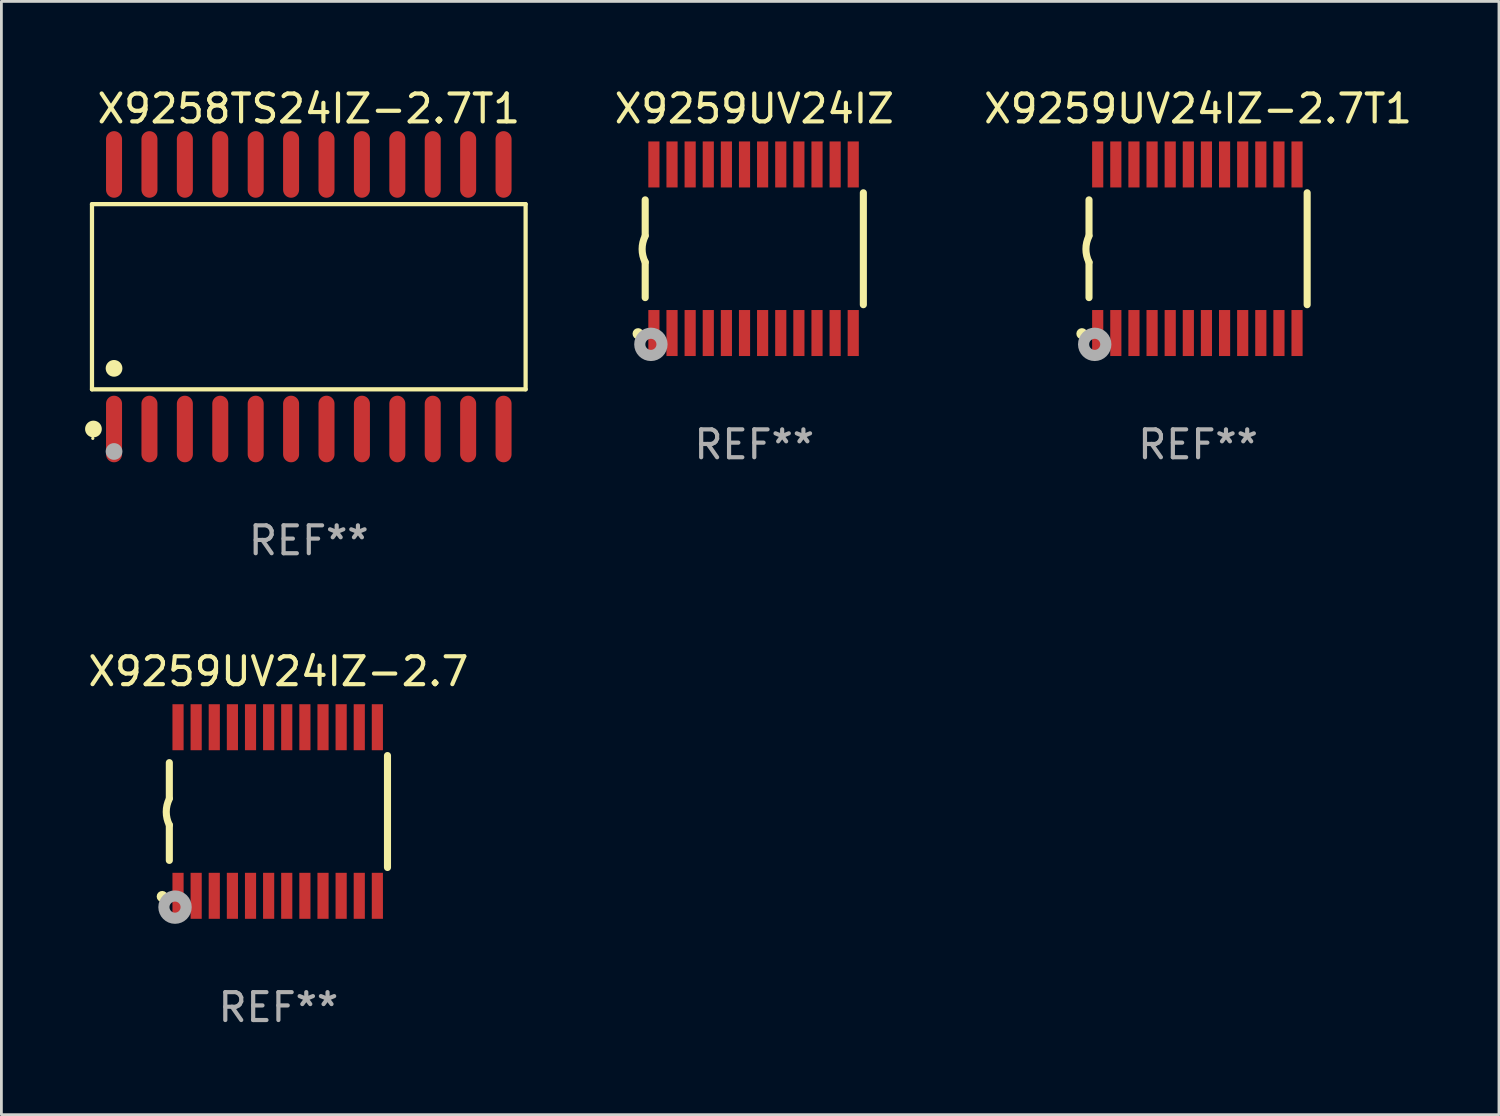
<source format=kicad_pcb>
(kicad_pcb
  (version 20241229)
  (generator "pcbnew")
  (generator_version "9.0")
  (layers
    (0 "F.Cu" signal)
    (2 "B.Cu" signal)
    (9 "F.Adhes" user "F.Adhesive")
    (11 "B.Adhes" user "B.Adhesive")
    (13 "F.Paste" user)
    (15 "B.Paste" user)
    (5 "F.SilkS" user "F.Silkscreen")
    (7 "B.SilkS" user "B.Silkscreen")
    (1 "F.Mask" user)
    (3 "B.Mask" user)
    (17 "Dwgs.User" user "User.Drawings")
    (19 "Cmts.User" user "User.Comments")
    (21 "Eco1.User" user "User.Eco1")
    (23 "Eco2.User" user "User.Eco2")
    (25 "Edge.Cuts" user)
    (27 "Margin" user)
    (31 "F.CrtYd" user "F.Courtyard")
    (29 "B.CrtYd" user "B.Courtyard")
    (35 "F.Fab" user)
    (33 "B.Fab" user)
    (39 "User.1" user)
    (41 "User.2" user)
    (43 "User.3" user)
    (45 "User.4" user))
  (footprint "X9259UV24IZ-2.7T1"
    (layer "F.Cu")
    (at 39.919 5.871)
    (property "Reference" "X9259UV24IZ-2.7T1" (at 0 -5.023 0) (layer "F.SilkS") (effects (font (size 1 1) (thickness 0.15))))
    (attr through_hole)
    (fp_line (start -3.912 -0.483) (end -3.912 -1.753) (stroke (width 0.254) (type solid)) (layer "F.SilkS"))
    (fp_line (start -3.912 1.753) (end -3.912 0.483) (stroke (width 0.254) (type solid)) (layer "F.SilkS"))
    (fp_line (start 3.912 -2.007) (end 3.912 2.007) (stroke (width 0.254) (type solid)) (layer "F.SilkS"))
    (fp_arc (start -3.911608 0.482601) (mid -4.022537 0.0127) (end -3.911608 -0.457201) (stroke (width 0.254001) (type solid)) (layer "F.SilkS"))
    (fp_circle (center -4.166 3.048) (end -4.066 3.048) (stroke (width 0.2) (type solid)) (fill no) (layer "F.SilkS"))
    (fp_circle (center -3.925 3.186) (end -3.895 3.186) (stroke (width 0.06) (type solid)) (fill no) (layer "F.SilkS"))
    (fp_circle (center -3.708 3.429) (end -3.509 3.429) (stroke (width 0.4) (type solid)) (fill no) (layer "F.Fab"))
    (fp_text user "REF**" (at 0 7.023 0) (layer "F.Fab") (effects (font (size 1 1) (thickness 0.15))))
    (pad "1" smd rect (at -3.6 3.023) (size 0.4 1.65) (layers "F.Cu" "F.Mask" "F.Paste"))
    (pad "2" smd rect (at -2.95 3.023) (size 0.4 1.65) (layers "F.Cu" "F.Mask" "F.Paste"))
    (pad "3" smd rect (at -2.3 3.023) (size 0.4 1.65) (layers "F.Cu" "F.Mask" "F.Paste"))
    (pad "4" smd rect (at -1.65 3.023) (size 0.4 1.65) (layers "F.Cu" "F.Mask" "F.Paste"))
    (pad "5" smd rect (at -1 3.023) (size 0.4 1.65) (layers "F.Cu" "F.Mask" "F.Paste"))
    (pad "6" smd rect (at -0.35 3.023) (size 0.4 1.65) (layers "F.Cu" "F.Mask" "F.Paste"))
    (pad "7" smd rect (at 0.299 3.023) (size 0.4 1.65) (layers "F.Cu" "F.Mask" "F.Paste"))
    (pad "8" smd rect (at 0.95 3.023) (size 0.4 1.65) (layers "F.Cu" "F.Mask" "F.Paste"))
    (pad "9" smd rect (at 1.6 3.023) (size 0.4 1.65) (layers "F.Cu" "F.Mask" "F.Paste"))
    (pad "10" smd rect (at 2.25 3.023) (size 0.4 1.65) (layers "F.Cu" "F.Mask" "F.Paste"))
    (pad "11" smd rect (at 2.9 3.023) (size 0.4 1.65) (layers "F.Cu" "F.Mask" "F.Paste"))
    (pad "12" smd rect (at 3.549 3.023) (size 0.4 1.65) (layers "F.Cu" "F.Mask" "F.Paste"))
    (pad "13" smd rect (at 3.549 -3.023) (size 0.4 1.65) (layers "F.Cu" "F.Mask" "F.Paste"))
    (pad "14" smd rect (at 2.9 -3.023) (size 0.4 1.65) (layers "F.Cu" "F.Mask" "F.Paste"))
    (pad "15" smd rect (at 2.25 -3.023) (size 0.4 1.65) (layers "F.Cu" "F.Mask" "F.Paste"))
    (pad "16" smd rect (at 1.6 -3.023) (size 0.4 1.65) (layers "F.Cu" "F.Mask" "F.Paste"))
    (pad "17" smd rect (at 0.95 -3.023) (size 0.4 1.65) (layers "F.Cu" "F.Mask" "F.Paste"))
    (pad "18" smd rect (at 0.299 -3.023) (size 0.4 1.65) (layers "F.Cu" "F.Mask" "F.Paste"))
    (pad "19" smd rect (at -0.35 -3.023) (size 0.4 1.65) (layers "F.Cu" "F.Mask" "F.Paste"))
    (pad "20" smd rect (at -1 -3.023) (size 0.4 1.65) (layers "F.Cu" "F.Mask" "F.Paste"))
    (pad "21" smd rect (at -1.65 -3.023) (size 0.4 1.65) (layers "F.Cu" "F.Mask" "F.Paste"))
    (pad "22" smd rect (at -2.3 -3.023) (size 0.4 1.65) (layers "F.Cu" "F.Mask" "F.Paste"))
    (pad "23" smd rect (at -2.95 -3.023) (size 0.4 1.65) (layers "F.Cu" "F.Mask" "F.Paste"))
    (pad "24" smd rect (at -3.6 -3.023) (size 0.4 1.65) (layers "F.Cu" "F.Mask" "F.Paste")))
  (footprint "X9259UV24IZ"
    (layer "F.Cu")
    (at 24.002 5.871)
    (property "Reference" "X9259UV24IZ" (at 0 -5.023 0) (layer "F.SilkS") (effects (font (size 1 1) (thickness 0.15))))
    (attr through_hole)
    (fp_line (start -3.912 -0.483) (end -3.912 -1.753) (stroke (width 0.254) (type solid)) (layer "F.SilkS"))
    (fp_line (start -3.912 1.753) (end -3.912 0.483) (stroke (width 0.254) (type solid)) (layer "F.SilkS"))
    (fp_line (start 3.912 -2.007) (end 3.912 2.007) (stroke (width 0.254) (type solid)) (layer "F.SilkS"))
    (fp_arc (start -3.911608 0.482601) (mid -4.022537 0.0127) (end -3.911608 -0.457201) (stroke (width 0.254001) (type solid)) (layer "F.SilkS"))
    (fp_circle (center -4.166 3.048) (end -4.066 3.048) (stroke (width 0.2) (type solid)) (fill no) (layer "F.SilkS"))
    (fp_circle (center -3.925 3.186) (end -3.895 3.186) (stroke (width 0.06) (type solid)) (fill no) (layer "F.SilkS"))
    (fp_circle (center -3.708 3.429) (end -3.509 3.429) (stroke (width 0.4) (type solid)) (fill no) (layer "F.Fab"))
    (fp_text user "REF**" (at 0 7.023 0) (layer "F.Fab") (effects (font (size 1 1) (thickness 0.15))))
    (pad "1" smd rect (at -3.6 3.023) (size 0.4 1.65) (layers "F.Cu" "F.Mask" "F.Paste"))
    (pad "2" smd rect (at -2.95 3.023) (size 0.4 1.65) (layers "F.Cu" "F.Mask" "F.Paste"))
    (pad "3" smd rect (at -2.3 3.023) (size 0.4 1.65) (layers "F.Cu" "F.Mask" "F.Paste"))
    (pad "4" smd rect (at -1.65 3.023) (size 0.4 1.65) (layers "F.Cu" "F.Mask" "F.Paste"))
    (pad "5" smd rect (at -1 3.023) (size 0.4 1.65) (layers "F.Cu" "F.Mask" "F.Paste"))
    (pad "6" smd rect (at -0.35 3.023) (size 0.4 1.65) (layers "F.Cu" "F.Mask" "F.Paste"))
    (pad "7" smd rect (at 0.299 3.023) (size 0.4 1.65) (layers "F.Cu" "F.Mask" "F.Paste"))
    (pad "8" smd rect (at 0.95 3.023) (size 0.4 1.65) (layers "F.Cu" "F.Mask" "F.Paste"))
    (pad "9" smd rect (at 1.6 3.023) (size 0.4 1.65) (layers "F.Cu" "F.Mask" "F.Paste"))
    (pad "10" smd rect (at 2.25 3.023) (size 0.4 1.65) (layers "F.Cu" "F.Mask" "F.Paste"))
    (pad "11" smd rect (at 2.9 3.023) (size 0.4 1.65) (layers "F.Cu" "F.Mask" "F.Paste"))
    (pad "12" smd rect (at 3.549 3.023) (size 0.4 1.65) (layers "F.Cu" "F.Mask" "F.Paste"))
    (pad "13" smd rect (at 3.549 -3.023) (size 0.4 1.65) (layers "F.Cu" "F.Mask" "F.Paste"))
    (pad "14" smd rect (at 2.9 -3.023) (size 0.4 1.65) (layers "F.Cu" "F.Mask" "F.Paste"))
    (pad "15" smd rect (at 2.25 -3.023) (size 0.4 1.65) (layers "F.Cu" "F.Mask" "F.Paste"))
    (pad "16" smd rect (at 1.6 -3.023) (size 0.4 1.65) (layers "F.Cu" "F.Mask" "F.Paste"))
    (pad "17" smd rect (at 0.95 -3.023) (size 0.4 1.65) (layers "F.Cu" "F.Mask" "F.Paste"))
    (pad "18" smd rect (at 0.299 -3.023) (size 0.4 1.65) (layers "F.Cu" "F.Mask" "F.Paste"))
    (pad "19" smd rect (at -0.35 -3.023) (size 0.4 1.65) (layers "F.Cu" "F.Mask" "F.Paste"))
    (pad "20" smd rect (at -1 -3.023) (size 0.4 1.65) (layers "F.Cu" "F.Mask" "F.Paste"))
    (pad "21" smd rect (at -1.65 -3.023) (size 0.4 1.65) (layers "F.Cu" "F.Mask" "F.Paste"))
    (pad "22" smd rect (at -2.3 -3.023) (size 0.4 1.65) (layers "F.Cu" "F.Mask" "F.Paste"))
    (pad "23" smd rect (at -2.95 -3.023) (size 0.4 1.65) (layers "F.Cu" "F.Mask" "F.Paste"))
    (pad "24" smd rect (at -3.6 -3.023) (size 0.4 1.65) (layers "F.Cu" "F.Mask" "F.Paste")))
  (footprint "X9259UV24IZ-2.7"
    (layer "F.Cu")
    (at 6.935 26.055)
    (property "Reference" "X9259UV24IZ-2.7" (at 0 -5.023 0) (layer "F.SilkS") (effects (font (size 1 1) (thickness 0.15))))
    (attr through_hole)
    (fp_line (start -3.912 -0.483) (end -3.912 -1.753) (stroke (width 0.254) (type solid)) (layer "F.SilkS"))
    (fp_line (start -3.912 1.753) (end -3.912 0.483) (stroke (width 0.254) (type solid)) (layer "F.SilkS"))
    (fp_line (start 3.912 -2.007) (end 3.912 2.007) (stroke (width 0.254) (type solid)) (layer "F.SilkS"))
    (fp_arc (start -3.911608 0.482601) (mid -4.022537 0.0127) (end -3.911608 -0.457201) (stroke (width 0.254001) (type solid)) (layer "F.SilkS"))
    (fp_circle (center -4.166 3.048) (end -4.066 3.048) (stroke (width 0.2) (type solid)) (fill no) (layer "F.SilkS"))
    (fp_circle (center -3.925 3.186) (end -3.895 3.186) (stroke (width 0.06) (type solid)) (fill no) (layer "F.SilkS"))
    (fp_circle (center -3.708 3.429) (end -3.509 3.429) (stroke (width 0.4) (type solid)) (fill no) (layer "F.Fab"))
    (fp_text user "REF**" (at 0 7.023 0) (layer "F.Fab") (effects (font (size 1 1) (thickness 0.15))))
    (pad "1" smd rect (at -3.6 3.023) (size 0.4 1.65) (layers "F.Cu" "F.Mask" "F.Paste"))
    (pad "2" smd rect (at -2.95 3.023) (size 0.4 1.65) (layers "F.Cu" "F.Mask" "F.Paste"))
    (pad "3" smd rect (at -2.3 3.023) (size 0.4 1.65) (layers "F.Cu" "F.Mask" "F.Paste"))
    (pad "4" smd rect (at -1.65 3.023) (size 0.4 1.65) (layers "F.Cu" "F.Mask" "F.Paste"))
    (pad "5" smd rect (at -1 3.023) (size 0.4 1.65) (layers "F.Cu" "F.Mask" "F.Paste"))
    (pad "6" smd rect (at -0.35 3.023) (size 0.4 1.65) (layers "F.Cu" "F.Mask" "F.Paste"))
    (pad "7" smd rect (at 0.299 3.023) (size 0.4 1.65) (layers "F.Cu" "F.Mask" "F.Paste"))
    (pad "8" smd rect (at 0.95 3.023) (size 0.4 1.65) (layers "F.Cu" "F.Mask" "F.Paste"))
    (pad "9" smd rect (at 1.6 3.023) (size 0.4 1.65) (layers "F.Cu" "F.Mask" "F.Paste"))
    (pad "10" smd rect (at 2.25 3.023) (size 0.4 1.65) (layers "F.Cu" "F.Mask" "F.Paste"))
    (pad "11" smd rect (at 2.9 3.023) (size 0.4 1.65) (layers "F.Cu" "F.Mask" "F.Paste"))
    (pad "12" smd rect (at 3.549 3.023) (size 0.4 1.65) (layers "F.Cu" "F.Mask" "F.Paste"))
    (pad "13" smd rect (at 3.549 -3.023) (size 0.4 1.65) (layers "F.Cu" "F.Mask" "F.Paste"))
    (pad "14" smd rect (at 2.9 -3.023) (size 0.4 1.65) (layers "F.Cu" "F.Mask" "F.Paste"))
    (pad "15" smd rect (at 2.25 -3.023) (size 0.4 1.65) (layers "F.Cu" "F.Mask" "F.Paste"))
    (pad "16" smd rect (at 1.6 -3.023) (size 0.4 1.65) (layers "F.Cu" "F.Mask" "F.Paste"))
    (pad "17" smd rect (at 0.95 -3.023) (size 0.4 1.65) (layers "F.Cu" "F.Mask" "F.Paste"))
    (pad "18" smd rect (at 0.299 -3.023) (size 0.4 1.65) (layers "F.Cu" "F.Mask" "F.Paste"))
    (pad "19" smd rect (at -0.35 -3.023) (size 0.4 1.65) (layers "F.Cu" "F.Mask" "F.Paste"))
    (pad "20" smd rect (at -1 -3.023) (size 0.4 1.65) (layers "F.Cu" "F.Mask" "F.Paste"))
    (pad "21" smd rect (at -1.65 -3.023) (size 0.4 1.65) (layers "F.Cu" "F.Mask" "F.Paste"))
    (pad "22" smd rect (at -2.3 -3.023) (size 0.4 1.65) (layers "F.Cu" "F.Mask" "F.Paste"))
    (pad "23" smd rect (at -2.95 -3.023) (size 0.4 1.65) (layers "F.Cu" "F.Mask" "F.Paste"))
    (pad "24" smd rect (at -3.6 -3.023) (size 0.4 1.65) (layers "F.Cu" "F.Mask" "F.Paste")))
  (footprint "X9258TS24IZ-2.7T1"
    (layer "F.Cu")
    (at 8.025 7.592)
    (property "Reference" "X9258TS24IZ-2.7T1" (at 0 -6.744 0) (layer "F.SilkS") (effects (font (size 1 1) (thickness 0.15))))
    (attr through_hole)
    (fp_line (start -7.776 -3.321) (end 7.776 -3.321) (stroke (width 0.152) (type solid)) (layer "F.SilkS"))
    (fp_line (start -7.776 3.321) (end -7.776 -3.321) (stroke (width 0.152) (type solid)) (layer "F.SilkS"))
    (fp_line (start 7.776 -3.321) (end 7.776 3.321) (stroke (width 0.152) (type solid)) (layer "F.SilkS"))
    (fp_line (start 7.776 3.321) (end -7.776 3.321) (stroke (width 0.152) (type solid)) (layer "F.SilkS"))
    (fp_circle (center -7.747 5.08) (end -7.717 5.08) (stroke (width 0.06) (type solid)) (fill no) (layer "F.SilkS"))
    (fp_circle (center -7.724 4.744) (end -7.574 4.744) (stroke (width 0.3) (type solid)) (fill no) (layer "F.SilkS"))
    (fp_circle (center -6.985 2.569) (end -6.835 2.569) (stroke (width 0.3) (type solid)) (fill no) (layer "F.SilkS"))
    (fp_circle (center -6.985 5.55) (end -6.835 5.55) (stroke (width 0.3) (type solid)) (fill no) (layer "F.Fab"))
    (fp_text user "REF**" (at 0 8.744 0) (layer "F.Fab") (effects (font (size 1 1) (thickness 0.15))))
    (pad "1" smd oval (at -6.985 4.744) (size 0.574 2.388) (layers "F.Cu" "F.Mask" "F.Paste"))
    (pad "2" smd oval (at -5.715 4.744) (size 0.574 2.388) (layers "F.Cu" "F.Mask" "F.Paste"))
    (pad "3" smd oval (at -4.445 4.744) (size 0.574 2.388) (layers "F.Cu" "F.Mask" "F.Paste"))
    (pad "4" smd oval (at -3.175 4.744) (size 0.574 2.388) (layers "F.Cu" "F.Mask" "F.Paste"))
    (pad "5" smd oval (at -1.905 4.744) (size 0.574 2.388) (layers "F.Cu" "F.Mask" "F.Paste"))
    (pad "6" smd oval (at -0.635 4.744) (size 0.574 2.388) (layers "F.Cu" "F.Mask" "F.Paste"))
    (pad "7" smd oval (at 0.635 4.744) (size 0.574 2.388) (layers "F.Cu" "F.Mask" "F.Paste"))
    (pad "8" smd oval (at 1.905 4.744) (size 0.574 2.388) (layers "F.Cu" "F.Mask" "F.Paste"))
    (pad "9" smd oval (at 3.175 4.744) (size 0.574 2.388) (layers "F.Cu" "F.Mask" "F.Paste"))
    (pad "10" smd oval (at 4.445 4.744) (size 0.574 2.388) (layers "F.Cu" "F.Mask" "F.Paste"))
    (pad "11" smd oval (at 5.715 4.744) (size 0.574 2.388) (layers "F.Cu" "F.Mask" "F.Paste"))
    (pad "12" smd oval (at 6.985 4.744) (size 0.574 2.388) (layers "F.Cu" "F.Mask" "F.Paste"))
    (pad "13" smd oval (at 6.985 -4.744) (size 0.574 2.388) (layers "F.Cu" "F.Mask" "F.Paste"))
    (pad "14" smd oval (at 5.715 -4.744) (size 0.574 2.388) (layers "F.Cu" "F.Mask" "F.Paste"))
    (pad "15" smd oval (at 4.445 -4.744) (size 0.574 2.388) (layers "F.Cu" "F.Mask" "F.Paste"))
    (pad "16" smd oval (at 3.175 -4.744) (size 0.574 2.388) (layers "F.Cu" "F.Mask" "F.Paste"))
    (pad "17" smd oval (at 1.905 -4.744) (size 0.574 2.388) (layers "F.Cu" "F.Mask" "F.Paste"))
    (pad "18" smd oval (at 0.635 -4.744) (size 0.574 2.388) (layers "F.Cu" "F.Mask" "F.Paste"))
    (pad "19" smd oval (at -0.635 -4.744) (size 0.574 2.388) (layers "F.Cu" "F.Mask" "F.Paste"))
    (pad "20" smd oval (at -1.905 -4.744) (size 0.574 2.388) (layers "F.Cu" "F.Mask" "F.Paste"))
    (pad "21" smd oval (at -3.175 -4.744) (size 0.574 2.388) (layers "F.Cu" "F.Mask" "F.Paste"))
    (pad "22" smd oval (at -4.445 -4.744) (size 0.574 2.388) (layers "F.Cu" "F.Mask" "F.Paste"))
    (pad "23" smd oval (at -5.715 -4.744) (size 0.574 2.388) (layers "F.Cu" "F.Mask" "F.Paste"))
    (pad "24" smd oval (at -6.985 -4.744) (size 0.574 2.388) (layers "F.Cu" "F.Mask" "F.Paste")))
  (gr_rect
    (start -3 -3)
    (end 50.71 36.926)
    (stroke (width 0.1) (type default))
    (fill no)
    (layer "Edge.Cuts")))
</source>
